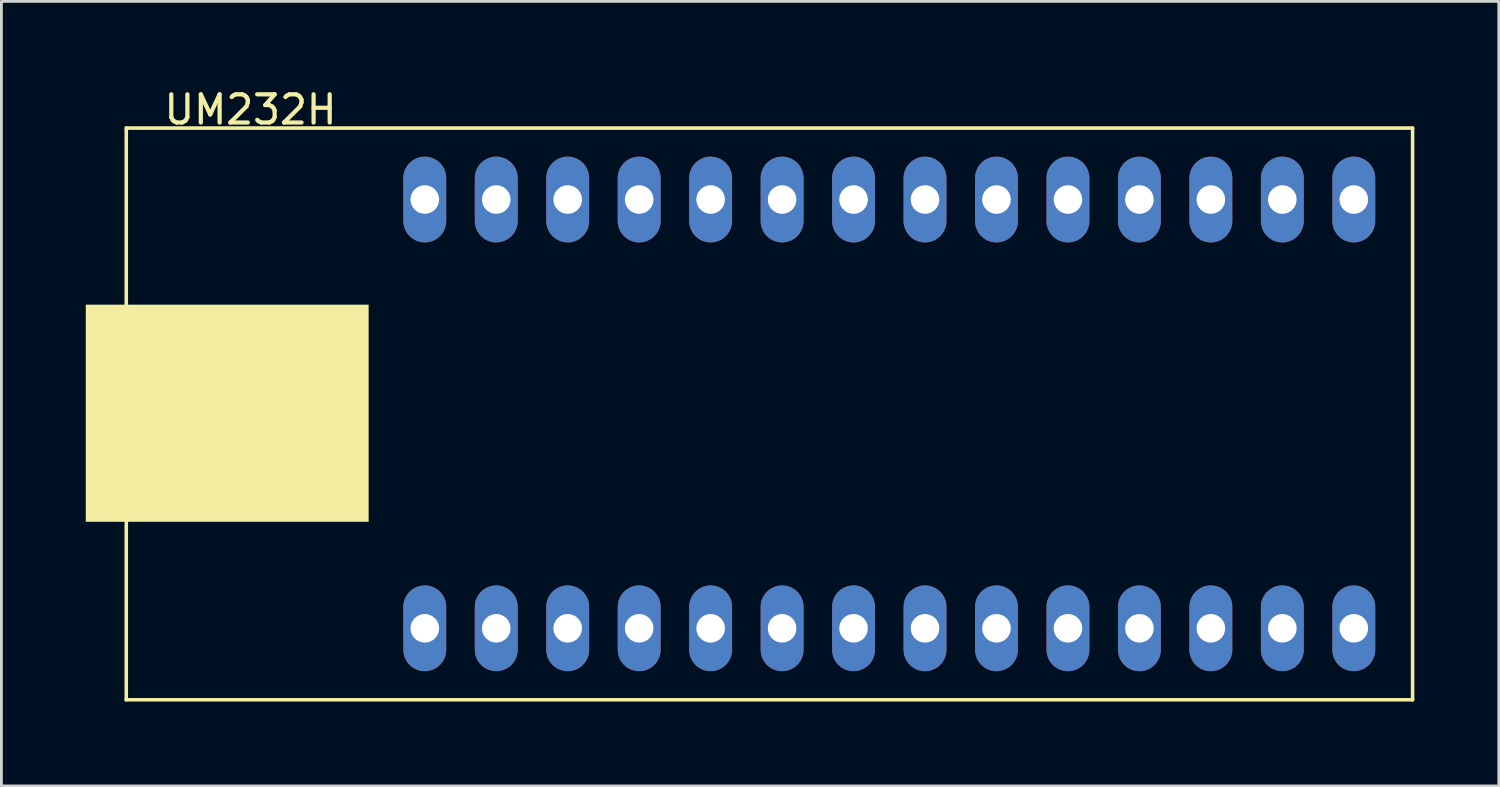
<source format=kicad_pcb>
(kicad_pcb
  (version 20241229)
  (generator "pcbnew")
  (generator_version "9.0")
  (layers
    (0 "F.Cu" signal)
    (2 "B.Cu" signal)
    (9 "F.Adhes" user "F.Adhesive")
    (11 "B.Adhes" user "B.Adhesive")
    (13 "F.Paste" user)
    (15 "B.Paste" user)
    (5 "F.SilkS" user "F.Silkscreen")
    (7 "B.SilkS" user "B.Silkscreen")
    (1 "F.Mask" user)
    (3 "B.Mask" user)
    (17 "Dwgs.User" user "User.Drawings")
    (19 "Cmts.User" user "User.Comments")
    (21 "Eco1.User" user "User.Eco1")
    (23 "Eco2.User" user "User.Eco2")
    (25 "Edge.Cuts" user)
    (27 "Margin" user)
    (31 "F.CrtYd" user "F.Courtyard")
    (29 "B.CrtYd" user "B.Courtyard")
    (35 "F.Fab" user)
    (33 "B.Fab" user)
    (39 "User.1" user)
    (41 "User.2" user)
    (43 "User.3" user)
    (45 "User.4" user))
  (footprint "UM232H"
    (layer "F.Cu")
    (at 24.298 11.662)
    (property "Reference" "UM232H" (at -18.445 -10.813 0) (layer "F.SilkS") (effects (font (size 1.002 1.002) (thickness 0.15))))
    (attr through_hole)
    (fp_line (start -22.86 -10.16) (end 22.86 -10.16) (stroke (width 0.127) (type solid)) (layer "F.SilkS"))
    (fp_line (start -22.86 10.16) (end -22.86 -10.16) (stroke (width 0.127) (type solid)) (layer "F.SilkS"))
    (fp_line (start 22.86 -10.16) (end 22.86 10.16) (stroke (width 0.127) (type solid)) (layer "F.SilkS"))
    (fp_line (start 22.86 10.16) (end -22.86 10.16) (stroke (width 0.127) (type solid)) (layer "F.SilkS"))
    (fp_poly (pts (xy -24.293 -3.875) (xy -14.25 -3.875) (xy -14.25 3.832) (xy -24.293 3.832)) (stroke (width 0.01) (type solid)) (fill yes) (layer "F.SilkS"))
    (pad "J1-1" thru_hole oval (at -12.25 -7.62) (size 1.524 3.048) (drill 1.016) (layers "*.Cu" "*.Mask"))
    (pad "J1-2" thru_hole oval (at -9.71 -7.62) (size 1.524 3.048) (drill 1.016) (layers "*.Cu" "*.Mask"))
    (pad "J1-3" thru_hole oval (at -7.17 -7.62) (size 1.524 3.048) (drill 1.016) (layers "*.Cu" "*.Mask"))
    (pad "J1-4" thru_hole oval (at -4.63 -7.62) (size 1.524 3.048) (drill 1.016) (layers "*.Cu" "*.Mask"))
    (pad "J1-5" thru_hole oval (at -2.09 -7.62) (size 1.524 3.048) (drill 1.016) (layers "*.Cu" "*.Mask"))
    (pad "J1-6" thru_hole oval (at 0.45 -7.62) (size 1.524 3.048) (drill 1.016) (layers "*.Cu" "*.Mask"))
    (pad "J1-7" thru_hole oval (at 2.99 -7.62) (size 1.524 3.048) (drill 1.016) (layers "*.Cu" "*.Mask"))
    (pad "J1-8" thru_hole oval (at 5.53 -7.62) (size 1.524 3.048) (drill 1.016) (layers "*.Cu" "*.Mask"))
    (pad "J1-9" thru_hole oval (at 8.07 -7.62) (size 1.524 3.048) (drill 1.016) (layers "*.Cu" "*.Mask"))
    (pad "J1-10" thru_hole oval (at 10.61 -7.62) (size 1.524 3.048) (drill 1.016) (layers "*.Cu" "*.Mask"))
    (pad "J1-11" thru_hole oval (at 13.15 -7.62) (size 1.524 3.048) (drill 1.016) (layers "*.Cu" "*.Mask"))
    (pad "J1-12" thru_hole oval (at 15.69 -7.62) (size 1.524 3.048) (drill 1.016) (layers "*.Cu" "*.Mask"))
    (pad "J1-13" thru_hole oval (at 18.23 -7.62) (size 1.524 3.048) (drill 1.016) (layers "*.Cu" "*.Mask"))
    (pad "J1-14" thru_hole oval (at 20.77 -7.62) (size 1.524 3.048) (drill 1.016) (layers "*.Cu" "*.Mask"))
    (pad "J2-1" thru_hole oval (at -12.25 7.62) (size 1.524 3.048) (drill 1.016) (layers "*.Cu" "*.Mask"))
    (pad "J2-2" thru_hole oval (at -9.71 7.62) (size 1.524 3.048) (drill 1.016) (layers "*.Cu" "*.Mask"))
    (pad "J2-3" thru_hole oval (at -7.17 7.62) (size 1.524 3.048) (drill 1.016) (layers "*.Cu" "*.Mask"))
    (pad "J2-4" thru_hole oval (at -4.63 7.62) (size 1.524 3.048) (drill 1.016) (layers "*.Cu" "*.Mask"))
    (pad "J2-5" thru_hole oval (at -2.09 7.62) (size 1.524 3.048) (drill 1.016) (layers "*.Cu" "*.Mask"))
    (pad "J2-6" thru_hole oval (at 0.45 7.62) (size 1.524 3.048) (drill 1.016) (layers "*.Cu" "*.Mask"))
    (pad "J2-7" thru_hole oval (at 2.99 7.62) (size 1.524 3.048) (drill 1.016) (layers "*.Cu" "*.Mask"))
    (pad "J2-8" thru_hole oval (at 5.53 7.62) (size 1.524 3.048) (drill 1.016) (layers "*.Cu" "*.Mask"))
    (pad "J2-9" thru_hole oval (at 8.07 7.62) (size 1.524 3.048) (drill 1.016) (layers "*.Cu" "*.Mask"))
    (pad "J2-10" thru_hole oval (at 10.61 7.62) (size 1.524 3.048) (drill 1.016) (layers "*.Cu" "*.Mask"))
    (pad "J2-11" thru_hole oval (at 13.15 7.62) (size 1.524 3.048) (drill 1.016) (layers "*.Cu" "*.Mask"))
    (pad "J2-12" thru_hole oval (at 15.69 7.62) (size 1.524 3.048) (drill 1.016) (layers "*.Cu" "*.Mask"))
    (pad "J2-13" thru_hole oval (at 18.23 7.62) (size 1.524 3.048) (drill 1.016) (layers "*.Cu" "*.Mask"))
    (pad "J2-14" thru_hole oval (at 20.77 7.62) (size 1.524 3.048) (drill 1.016) (layers "*.Cu" "*.Mask")))
  (gr_rect
    (start -3 -3)
    (end 50.221 24.885)
    (stroke (width 0.1) (type default))
    (fill no)
    (layer "Edge.Cuts")))
</source>
